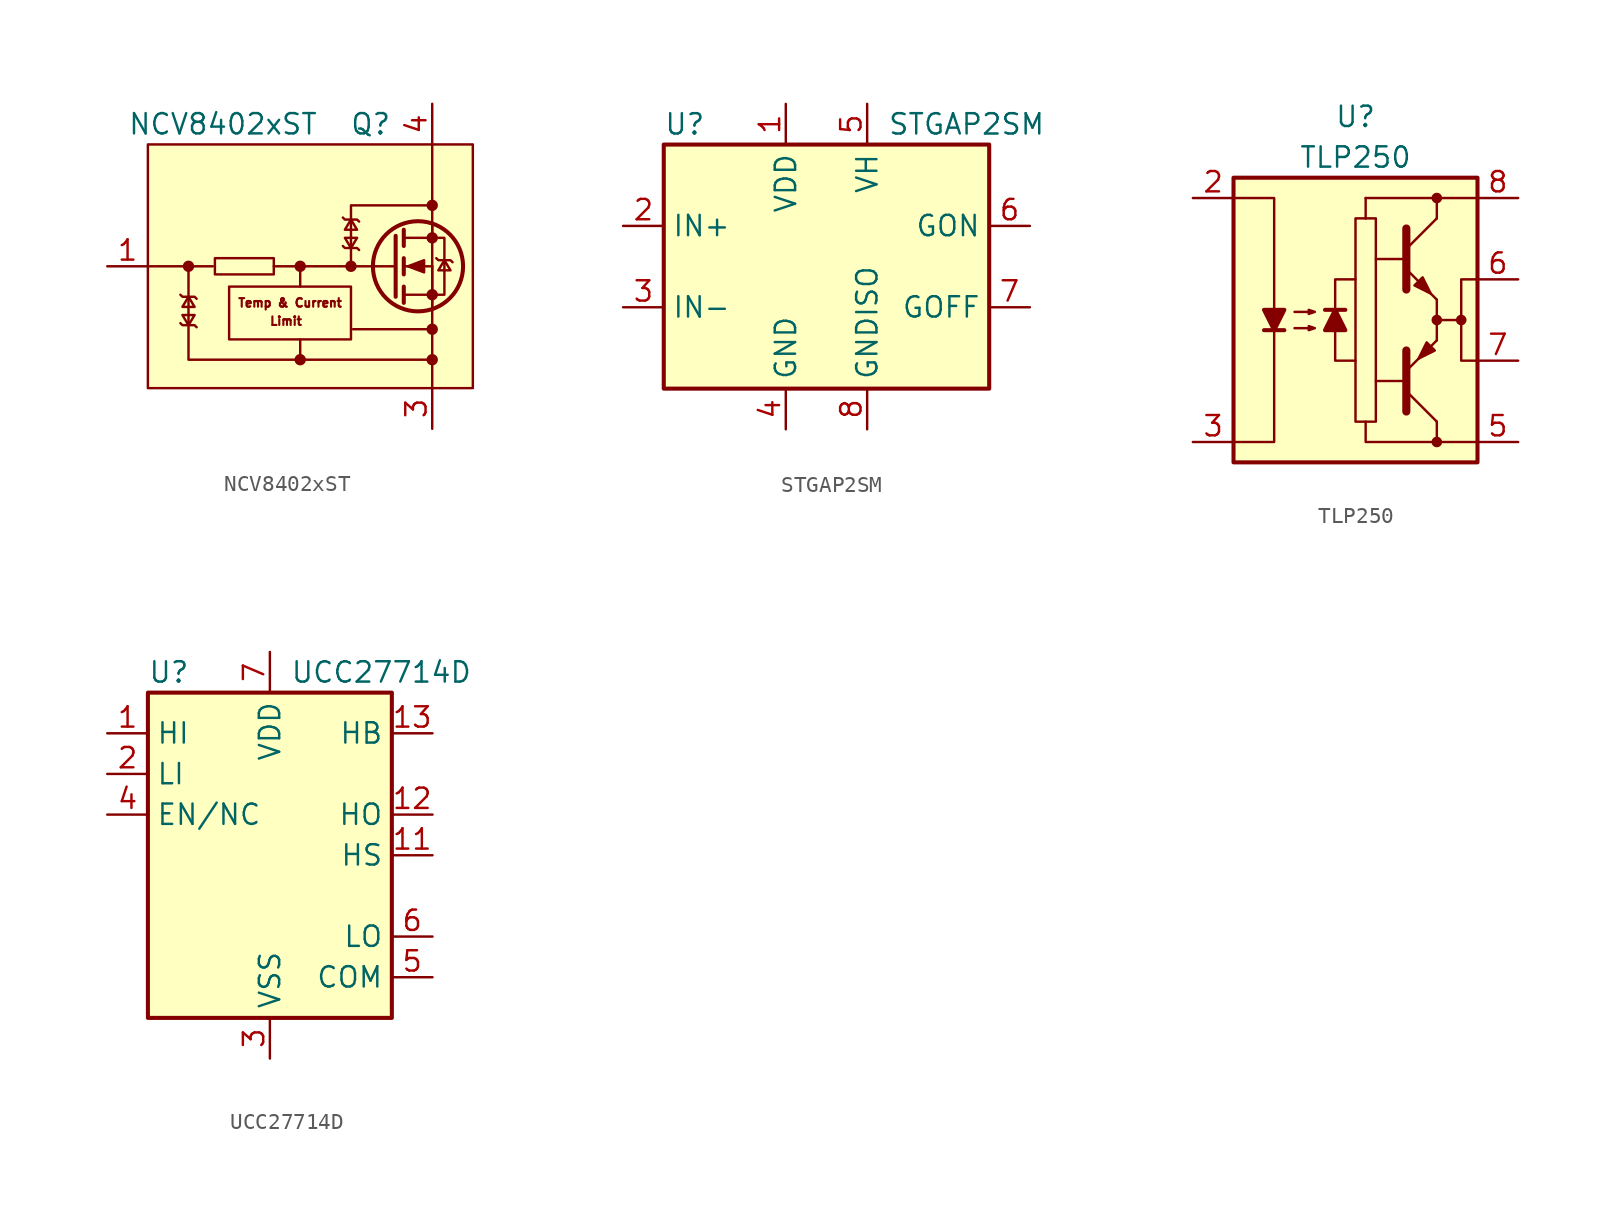
<source format=kicad_sym>
(kicad_symbol_lib
  (version 20201005)
  (generator kicad_symbol_editor)
  (symbol "NCV8402xST"
    (pin_names
      (offset 0) hide)
    (property "Reference" "Q"
      (at 5.08 8.89 0)
      (effects (font (size 1.27 1.27)) (justify right)))
    (property "Value" "NCV8402xST"
      (at -11.43 8.89 0)
      (effects (font (size 1.27 1.27)) (justify left)))
    (symbol "NCV8402xST_0_0"
      (text "Limit" (at -1.524 -3.429 0) (effects (font (size 0.533 0.533))))
      (text "Temp & Current" (at -1.27 -2.286 0) (effects (font (size 0.533 0.533))))
      (rectangle (start -5.969 0.508) (end -2.286 -0.508) (stroke (width 0)) (fill (type none)))
      (rectangle (start -10.16 7.62) (end 10.16 -7.62) (stroke (width 0)) (fill (type background)))
      (polyline (pts (xy 7.62 2.54) (xy 7.62 -7.62)) (stroke (width 0)) (fill (type none)))
      (polyline (pts (xy 7.62 2.54) (xy 7.62 7.62)) (stroke (width 0)) (fill (type none)))
      (polyline (pts (xy -0.635 -1.27) (xy -0.635 -0.635) (xy -0.635 0)) (stroke (width 0)) (fill (type none)))
      (polyline (pts (xy 2.54 0) (xy -2.286 0) (xy -0.889 0)) (stroke (width 0)) (fill (type none)))
      (polyline (pts (xy 2.54 0) (xy 2.54 3.81) (xy 7.62 3.81)) (stroke (width 0)) (fill (type none)))
      (polyline (pts (xy 7.62 -5.842) (xy -0.635 -5.842) (xy -0.635 -4.572)) (stroke (width 0)) (fill (type none)))
      (polyline (pts (xy -0.635 -5.842) (xy -7.62 -5.842) (xy -7.62 0) (xy -6.096 0)) (stroke (width 0)) (fill (type none))))
    (symbol "NCV8402xST_0_1"
      (rectangle (start -5.08 -1.27) (end 2.54 -4.572) (stroke (width 0)) (fill (type none)))
      (polyline (pts (xy -7.62 0) (xy -10.16 0)) (stroke (width 0)) (fill (type none)))
      (polyline (pts (xy 7.62 -3.937) (xy 2.667 -3.937)) (stroke (width 0)) (fill (type none))))
    (symbol "NCV8402xST_1_1"
      (circle (center 6.731 0) (radius 2.819) (stroke (width 0.254)) (fill (type none)))
      (circle (center -7.62 0) (radius 0.279) (stroke (width 0)) (fill (type outline)))
      (circle (center -0.635 -5.842) (radius 0.279) (stroke (width 0)) (fill (type outline)))
      (circle (center -0.635 0) (radius 0.279) (stroke (width 0)) (fill (type outline)))
      (circle (center 2.54 0) (radius 0.279) (stroke (width 0)) (fill (type outline)))
      (circle (center 7.62 -5.842) (radius 0.279) (stroke (width 0)) (fill (type outline)))
      (circle (center 7.62 -3.937) (radius 0.279) (stroke (width 0)) (fill (type outline)))
      (circle (center 7.62 -1.778) (radius 0.279) (stroke (width 0)) (fill (type outline)))
      (circle (center 7.62 1.778) (radius 0.279) (stroke (width 0)) (fill (type outline)))
      (circle (center 7.62 3.81) (radius 0.279) (stroke (width 0)) (fill (type outline)))
      (polyline (pts (xy 2.54 0) (xy 5.334 0)) (stroke (width 0)) (fill (type none)))
      (polyline (pts (xy 5.842 -1.778) (xy 7.62 -1.778)) (stroke (width 0)) (fill (type none)))
      (polyline (pts (xy 5.842 -1.27) (xy 5.842 -2.286)) (stroke (width 0.254)) (fill (type none)))
      (polyline (pts (xy 5.842 0) (xy 7.62 0)) (stroke (width 0)) (fill (type none)))
      (polyline (pts (xy 5.842 0.508) (xy 5.842 -0.508)) (stroke (width 0.254)) (fill (type none)))
      (polyline (pts (xy 5.842 1.778) (xy 7.62 1.778)) (stroke (width 0)) (fill (type none)))
      (polyline (pts (xy 5.842 2.286) (xy 5.842 1.27)) (stroke (width 0.254)) (fill (type none)))
      (polyline (pts (xy 7.62 -1.778) (xy 7.62 -2.54)) (stroke (width 0)) (fill (type none)))
      (polyline (pts (xy 7.62 -1.778) (xy 7.62 0)) (stroke (width 0)) (fill (type none)))
      (polyline (pts (xy 7.62 2.54) (xy 7.62 1.778)) (stroke (width 0)) (fill (type none)))
      (polyline (pts (xy 5.334 1.905) (xy 5.334 -1.905) (xy 5.334 -1.905)) (stroke (width 0.254)) (fill (type none)))
      (polyline (pts (xy -8.128 -1.778) (xy -8.001 -1.905) (xy -7.239 -1.905) (xy -7.112 -2.032)) (stroke (width 0)) (fill (type none)))
      (polyline (pts (xy -7.62 -3.683) (xy -7.239 -3.048) (xy -8.001 -3.048) (xy -7.62 -3.683)) (stroke (width 0)) (fill (type none)))
      (polyline (pts (xy -7.62 -1.905) (xy -8.001 -2.54) (xy -7.239 -2.54) (xy -7.62 -1.905)) (stroke (width 0)) (fill (type none)))
      (polyline (pts (xy -7.112 -3.81) (xy -7.239 -3.683) (xy -8.001 -3.683) (xy -8.128 -3.556)) (stroke (width 0)) (fill (type none)))
      (polyline (pts (xy 2.032 3.048) (xy 2.159 2.921) (xy 2.921 2.921) (xy 3.048 2.794)) (stroke (width 0)) (fill (type none)))
      (polyline (pts (xy 2.54 1.143) (xy 2.921 1.778) (xy 2.159 1.778) (xy 2.54 1.143)) (stroke (width 0)) (fill (type none)))
      (polyline (pts (xy 2.54 2.921) (xy 2.159 2.286) (xy 2.921 2.286) (xy 2.54 2.921)) (stroke (width 0)) (fill (type none)))
      (polyline (pts (xy 3.048 1.016) (xy 2.921 1.143) (xy 2.159 1.143) (xy 2.032 1.27)) (stroke (width 0)) (fill (type none)))
      (polyline (pts (xy 7.62 -1.778) (xy 8.382 -1.778) (xy 8.382 1.778) (xy 7.62 1.778)) (stroke (width 0)) (fill (type none)))
      (polyline (pts (xy 7.874 0.508) (xy 8.001 0.381) (xy 8.763 0.381) (xy 8.89 0.254)) (stroke (width 0)) (fill (type none)))
      (polyline (pts (xy 8.382 0.381) (xy 8.001 -0.254) (xy 8.763 -0.254) (xy 8.382 0.381)) (stroke (width 0)) (fill (type none)))
      (polyline (pts (xy 6.096 0) (xy 7.112 0.381) (xy 7.112 -0.381) (xy 6.096 0)) (stroke (width 0)) (fill (type outline)))
      (pin input line (at -12.7 0 0) (length 2.54) (name "G" (effects (font (size 1.27 1.27)))) (number "1" (effects (font (size 1.27 1.27)))))
      (pin passive line (at 7.62 10.16 270) (length 2.54) hide (name "D" (effects (font (size 1.27 1.27)))) (number "2" (effects (font (size 1.27 1.27)))))
      (pin passive line (at 7.62 -10.16 90) (length 2.54) (name "S" (effects (font (size 1.27 1.27)))) (number "3" (effects (font (size 1.27 1.27)))))
      (pin passive line (at 7.62 10.16 270) (length 2.54) (name "D" (effects (font (size 1.27 1.27)))) (number "4" (effects (font (size 1.27 1.27)))))))
  (symbol "STGAP2SM"
    (property "Reference" "U"
      (at -10.16 8.89 0)
      (effects (font (size 1.27 1.27)) (justify left)))
    (property "Value" "STGAP2SM"
      (at 3.81 8.89 0)
      (effects (font (size 1.27 1.27)) (justify left)))
    (symbol "STGAP2SM_0_1"
      (rectangle (start -10.16 -7.62) (end 10.16 7.62) (stroke (width 0.254)) (fill (type background))))
    (symbol "STGAP2SM_1_1"
      (pin power_in line (at -2.54 10.16 270) (length 2.54) (name "VDD" (effects (font (size 1.27 1.27)))) (number "1" (effects (font (size 1.27 1.27)))))
      (pin input line (at -12.7 2.54 0) (length 2.54) (name "IN+" (effects (font (size 1.27 1.27)))) (number "2" (effects (font (size 1.27 1.27)))))
      (pin input line (at -12.7 -2.54 0) (length 2.54) (name "IN-" (effects (font (size 1.27 1.27)))) (number "3" (effects (font (size 1.27 1.27)))))
      (pin power_in line (at -2.54 -10.16 90) (length 2.54) (name "GND" (effects (font (size 1.27 1.27)))) (number "4" (effects (font (size 1.27 1.27)))))
      (pin power_in line (at 2.54 10.16 270) (length 2.54) (name "VH" (effects (font (size 1.27 1.27)))) (number "5" (effects (font (size 1.27 1.27)))))
      (pin output line (at 12.7 2.54 180) (length 2.54) (name "GON" (effects (font (size 1.27 1.27)))) (number "6" (effects (font (size 1.27 1.27)))))
      (pin output line (at 12.7 -2.54 180) (length 2.54) (name "GOFF" (effects (font (size 1.27 1.27)))) (number "7" (effects (font (size 1.27 1.27)))))
      (pin power_in line (at 2.54 -10.16 90) (length 2.54) (name "GNDISO" (effects (font (size 1.27 1.27)))) (number "8" (effects (font (size 1.27 1.27)))))))
  (symbol "TLP250"
    (pin_names hide)
    (property "Reference" "U"
      (at 0 12.7 0)
      (effects (font (size 1.27 1.27))))
    (property "Value" "TLP250"
      (at 0 10.16 0)
      (effects (font (size 1.27 1.27))))
    (symbol "TLP250_0_1"
      (circle (center 5.08 -7.62) (radius 0.254) (stroke (width 0)) (fill (type outline)))
      (circle (center 5.08 0) (radius 0.254) (stroke (width 0)) (fill (type outline)))
      (circle (center 5.08 7.62) (radius 0.254) (stroke (width 0)) (fill (type outline)))
      (circle (center 6.604 0) (radius 0.254) (stroke (width 0)) (fill (type outline)))
      (rectangle (start 0.635 6.35) (end 0.635 6.35) (stroke (width 0)) (fill (type none)))
      (rectangle (start 0.635 6.35) (end 0.635 7.62) (stroke (width 0)) (fill (type none)))
      (rectangle (start 5.08 1.27) (end 5.08 -1.27) (stroke (width 0)) (fill (type none)))
      (rectangle (start -7.62 8.89) (end 7.62 -8.89) (stroke (width 0.254)) (fill (type background)))
      (polyline (pts (xy -5.715 -0.635) (xy -4.445 -0.635)) (stroke (width 0.254)) (fill (type none)))
      (polyline (pts (xy -0.635 0.635) (xy -1.905 0.635)) (stroke (width 0.254)) (fill (type none)))
      (polyline (pts (xy 3.048 -3.81) (xy 1.27 -3.81)) (stroke (width 0)) (fill (type none)))
      (polyline (pts (xy 3.048 3.81) (xy 1.27 3.81)) (stroke (width 0)) (fill (type none)))
      (polyline (pts (xy 3.175 -4.445) (xy 5.08 -6.35)) (stroke (width 0)) (fill (type none)))
      (polyline (pts (xy 3.175 4.445) (xy 5.08 6.35)) (stroke (width 0)) (fill (type none)))
      (polyline (pts (xy 5.08 -6.35) (xy 5.08 -7.62)) (stroke (width 0)) (fill (type none)))
      (polyline (pts (xy 5.08 0) (xy 6.604 0)) (stroke (width 0)) (fill (type none)))
      (polyline (pts (xy 5.08 6.35) (xy 5.08 7.62)) (stroke (width 0)) (fill (type none)))
      (polyline (pts (xy 7.62 7.62) (xy 0.635 7.62)) (stroke (width 0)) (fill (type none)))
      (polyline (pts (xy -1.27 -0.635) (xy -1.27 -2.54) (xy 0 -2.54)) (stroke (width 0)) (fill (type none)))
      (polyline (pts (xy -1.27 0.635) (xy -1.27 2.54) (xy 0 2.54)) (stroke (width 0)) (fill (type none)))
      (polyline (pts (xy 0.635 -6.35) (xy 0.635 -7.62) (xy 7.62 -7.62)) (stroke (width 0)) (fill (type none)))
      (polyline (pts (xy 3.175 -5.715) (xy 3.175 -1.905) (xy 3.175 -1.905)) (stroke (width 0.508)) (fill (type none)))
      (polyline (pts (xy 3.175 5.715) (xy 3.175 1.905) (xy 3.175 1.905)) (stroke (width 0.508)) (fill (type none)))
      (polyline (pts (xy -7.62 7.62) (xy -5.08 7.62) (xy -5.08 -7.62) (xy -7.62 -7.62)) (stroke (width 0)) (fill (type none)))
      (polyline (pts (xy 7.62 2.54) (xy 6.604 2.54) (xy 6.604 -2.54) (xy 7.62 -2.54)) (stroke (width 0)) (fill (type none)))
      (polyline (pts (xy -3.81 -0.508) (xy -2.54 -0.508) (xy -2.921 -0.635) (xy -2.921 -0.381) (xy -2.54 -0.508)) (stroke (width 0)) (fill (type none)))
      (polyline (pts (xy -3.81 0.508) (xy -2.54 0.508) (xy -2.921 0.381) (xy -2.921 0.635) (xy -2.54 0.508)) (stroke (width 0)) (fill (type none)))
      (polyline (pts (xy 1.27 6.35) (xy 1.27 -6.35) (xy 0 -6.35) (xy 0 6.35) (xy 1.27 6.35)) (stroke (width 0)) (fill (type none)))
      (polyline (pts (xy 5.08 -1.27) (xy 3.175 -3.175)) (stroke (width 0)) (fill (type outline)))
      (polyline (pts (xy 5.08 1.27) (xy 3.175 3.175)) (stroke (width 0)) (fill (type outline)))
      (polyline (pts (xy -5.08 -0.635) (xy -5.715 0.635) (xy -4.445 0.635) (xy -5.08 -0.635)) (stroke (width 0.254)) (fill (type outline)))
      (polyline (pts (xy -1.27 0.635) (xy -0.635 -0.635) (xy -1.905 -0.635) (xy -1.27 0.635)) (stroke (width 0.254)) (fill (type outline)))
      (polyline (pts (xy 3.683 2.159) (xy 4.191 2.667) (xy 4.699 1.651) (xy 3.683 2.159) (xy 3.683 2.159)) (stroke (width 0)) (fill (type outline)))
      (polyline (pts (xy 4.953 -1.905) (xy 4.445 -1.397) (xy 3.937 -2.413) (xy 4.953 -1.905) (xy 4.953 -1.905)) (stroke (width 0)) (fill (type outline))))
    (symbol "TLP250_1_1"
      (pin no_connect line (at -7.62 2.54 0) (length 2.54) hide (name "NC" (effects (font (size 1.27 1.27)))) (number "1" (effects (font (size 1.27 1.27)))))
      (pin passive line (at -10.16 7.62 0) (length 2.54) (name "A" (effects (font (size 1.27 1.27)))) (number "2" (effects (font (size 1.27 1.27)))))
      (pin passive line (at -10.16 -7.62 0) (length 2.54) (name "C" (effects (font (size 1.27 1.27)))) (number "3" (effects (font (size 1.27 1.27)))))
      (pin no_connect line (at -7.62 -2.54 0) (length 2.54) hide (name "NC" (effects (font (size 1.27 1.27)))) (number "4" (effects (font (size 1.27 1.27)))))
      (pin power_in line (at 10.16 -7.62 180) (length 2.54) (name "VEE" (effects (font (size 1.27 1.27)))) (number "5" (effects (font (size 1.27 1.27)))))
      (pin output line (at 10.16 2.54 180) (length 2.54) (name "VO" (effects (font (size 1.27 1.27)))) (number "6" (effects (font (size 1.27 1.27)))))
      (pin output line (at 10.16 -2.54 180) (length 2.54) (name "VO" (effects (font (size 1.27 1.27)))) (number "7" (effects (font (size 1.27 1.27)))))
      (pin power_in line (at 10.16 7.62 180) (length 2.54) (name "VCC" (effects (font (size 1.27 1.27)))) (number "8" (effects (font (size 1.27 1.27)))))))
  (symbol "UCC27714D"
    (property "Reference" "U"
      (at -7.62 11.43 0)
      (effects (font (size 1.27 1.27)) (justify left)))
    (property "Value" "UCC27714D"
      (at 1.27 11.43 0)
      (effects (font (size 1.27 1.27)) (justify left)))
    (symbol "UCC27714D_0_1"
      (rectangle (start -7.62 10.16) (end 7.62 -10.16) (stroke (width 0.254)) (fill (type background))))
    (symbol "UCC27714D_1_1"
      (pin input line (at -10.16 7.62 0) (length 2.54) (name "HI" (effects (font (size 1.27 1.27)))) (number "1" (effects (font (size 1.27 1.27)))))
      (pin no_connect line (at -7.62 -5.08 0) (length 2.54) hide (name "NC" (effects (font (size 1.27 1.27)))) (number "10" (effects (font (size 1.27 1.27)))))
      (pin passive line (at 10.16 0 180) (length 2.54) (name "HS" (effects (font (size 1.27 1.27)))) (number "11" (effects (font (size 1.27 1.27)))))
      (pin output line (at 10.16 2.54 180) (length 2.54) (name "HO" (effects (font (size 1.27 1.27)))) (number "12" (effects (font (size 1.27 1.27)))))
      (pin input line (at 10.16 7.62 180) (length 2.54) (name "HB" (effects (font (size 1.27 1.27)))) (number "13" (effects (font (size 1.27 1.27)))))
      (pin no_connect line (at -7.62 -7.62 0) (length 2.54) hide (name "NC" (effects (font (size 1.27 1.27)))) (number "14" (effects (font (size 1.27 1.27)))))
      (pin input line (at -10.16 5.08 0) (length 2.54) (name "LI" (effects (font (size 1.27 1.27)))) (number "2" (effects (font (size 1.27 1.27)))))
      (pin power_in line (at 0 -12.7 90) (length 2.54) (name "VSS" (effects (font (size 1.27 1.27)))) (number "3" (effects (font (size 1.27 1.27)))))
      (pin input line (at -10.16 2.54 0) (length 2.54) (name "EN/NC" (effects (font (size 1.27 1.27)))) (number "4" (effects (font (size 1.27 1.27)))))
      (pin passive line (at 10.16 -7.62 180) (length 2.54) (name "COM" (effects (font (size 1.27 1.27)))) (number "5" (effects (font (size 1.27 1.27)))))
      (pin output line (at 10.16 -5.08 180) (length 2.54) (name "LO" (effects (font (size 1.27 1.27)))) (number "6" (effects (font (size 1.27 1.27)))))
      (pin power_in line (at 0 12.7 270) (length 2.54) (name "VDD" (effects (font (size 1.27 1.27)))) (number "7" (effects (font (size 1.27 1.27)))))
      (pin no_connect line (at -7.62 0 0) (length 2.54) hide (name "NC" (effects (font (size 1.27 1.27)))) (number "8" (effects (font (size 1.27 1.27)))))
      (pin no_connect line (at -7.62 -2.54 0) (length 2.54) hide (name "NC" (effects (font (size 1.27 1.27)))) (number "9" (effects (font (size 1.27 1.27))))))))
</source>
